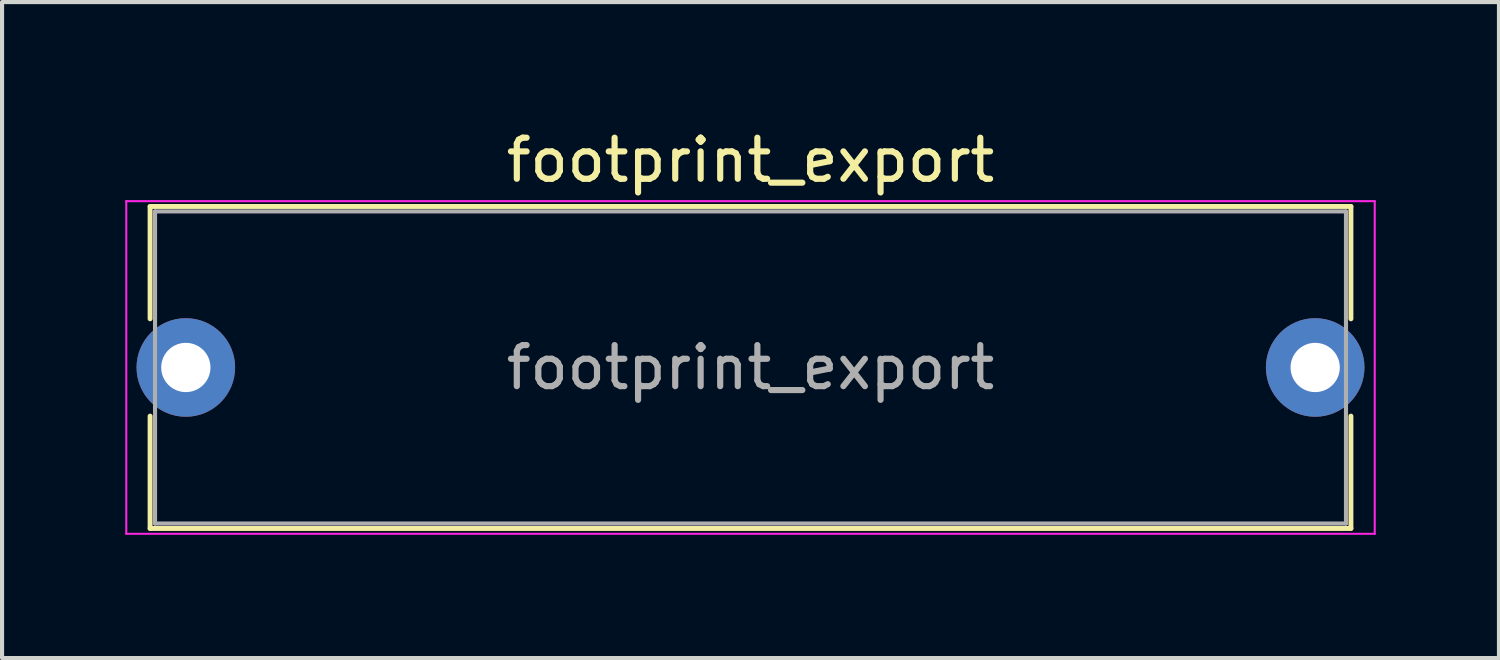
<source format=kicad_pcb>
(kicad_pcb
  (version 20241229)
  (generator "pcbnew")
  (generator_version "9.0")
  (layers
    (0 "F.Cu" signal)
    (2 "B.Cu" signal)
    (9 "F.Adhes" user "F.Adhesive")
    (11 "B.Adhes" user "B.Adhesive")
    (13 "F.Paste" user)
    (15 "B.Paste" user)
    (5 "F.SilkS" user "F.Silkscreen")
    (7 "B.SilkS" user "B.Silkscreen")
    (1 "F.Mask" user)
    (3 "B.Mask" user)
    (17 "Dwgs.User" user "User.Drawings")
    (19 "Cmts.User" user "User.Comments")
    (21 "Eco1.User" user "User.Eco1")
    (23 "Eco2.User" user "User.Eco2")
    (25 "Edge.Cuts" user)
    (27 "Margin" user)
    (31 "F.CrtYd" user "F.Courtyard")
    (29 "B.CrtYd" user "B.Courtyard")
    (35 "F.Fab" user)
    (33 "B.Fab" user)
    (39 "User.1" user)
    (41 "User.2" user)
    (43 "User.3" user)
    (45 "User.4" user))
  (footprint "footprint_export"
    (layer "F.Cu")
    (at 1.475 5.898)
    (property "Reference" "footprint_export" (at 13.75 -5.05 0) (layer "F.SilkS") (effects (font (size 1 1) (thickness 0.15))))
    (attr through_hole)
    (fp_line (start -0.87 -3.92) (end -0.87 -1.185) (stroke (width 0.12) (type solid)) (layer "F.SilkS"))
    (fp_line (start -0.87 -3.92) (end 28.37 -3.92) (stroke (width 0.12) (type solid)) (layer "F.SilkS"))
    (fp_line (start -0.87 1.185) (end -0.87 3.92) (stroke (width 0.12) (type solid)) (layer "F.SilkS"))
    (fp_line (start -0.87 3.92) (end 28.37 3.92) (stroke (width 0.12) (type solid)) (layer "F.SilkS"))
    (fp_line (start 28.37 -3.92) (end 28.37 -1.185) (stroke (width 0.12) (type solid)) (layer "F.SilkS"))
    (fp_line (start 28.37 1.185) (end 28.37 3.92) (stroke (width 0.12) (type solid)) (layer "F.SilkS"))
    (fp_line (start -1.45 -4.05) (end -1.45 4.05) (stroke (width 0.05) (type solid)) (layer "F.CrtYd"))
    (fp_line (start -1.45 4.05) (end 28.95 4.05) (stroke (width 0.05) (type solid)) (layer "F.CrtYd"))
    (fp_line (start 28.95 -4.05) (end -1.45 -4.05) (stroke (width 0.05) (type solid)) (layer "F.CrtYd"))
    (fp_line (start 28.95 4.05) (end 28.95 -4.05) (stroke (width 0.05) (type solid)) (layer "F.CrtYd"))
    (fp_line (start -0.75 -3.8) (end -0.75 3.8) (stroke (width 0.1) (type solid)) (layer "F.Fab"))
    (fp_line (start -0.75 3.8) (end 28.25 3.8) (stroke (width 0.1) (type solid)) (layer "F.Fab"))
    (fp_line (start 28.25 -3.8) (end -0.75 -3.8) (stroke (width 0.1) (type solid)) (layer "F.Fab"))
    (fp_line (start 28.25 3.8) (end 28.25 -3.8) (stroke (width 0.1) (type solid)) (layer "F.Fab"))
    (fp_text user "${REFERENCE}" (at 13.75 0 0) (layer "F.Fab") (effects (font (size 1 1) (thickness 0.15))))
    (pad "1" thru_hole circle (at 0 0) (size 2.4 2.4) (drill 1.2) (layers "*.Cu" "*.Mask"))
    (pad "2" thru_hole circle (at 27.5 0) (size 2.4 2.4) (drill 1.2) (layers "*.Cu" "*.Mask")))
  (gr_rect
    (start -3 -3)
    (end 33.45 12.973)
    (stroke (width 0.1) (type default))
    (fill no)
    (layer "Edge.Cuts")))
</source>
